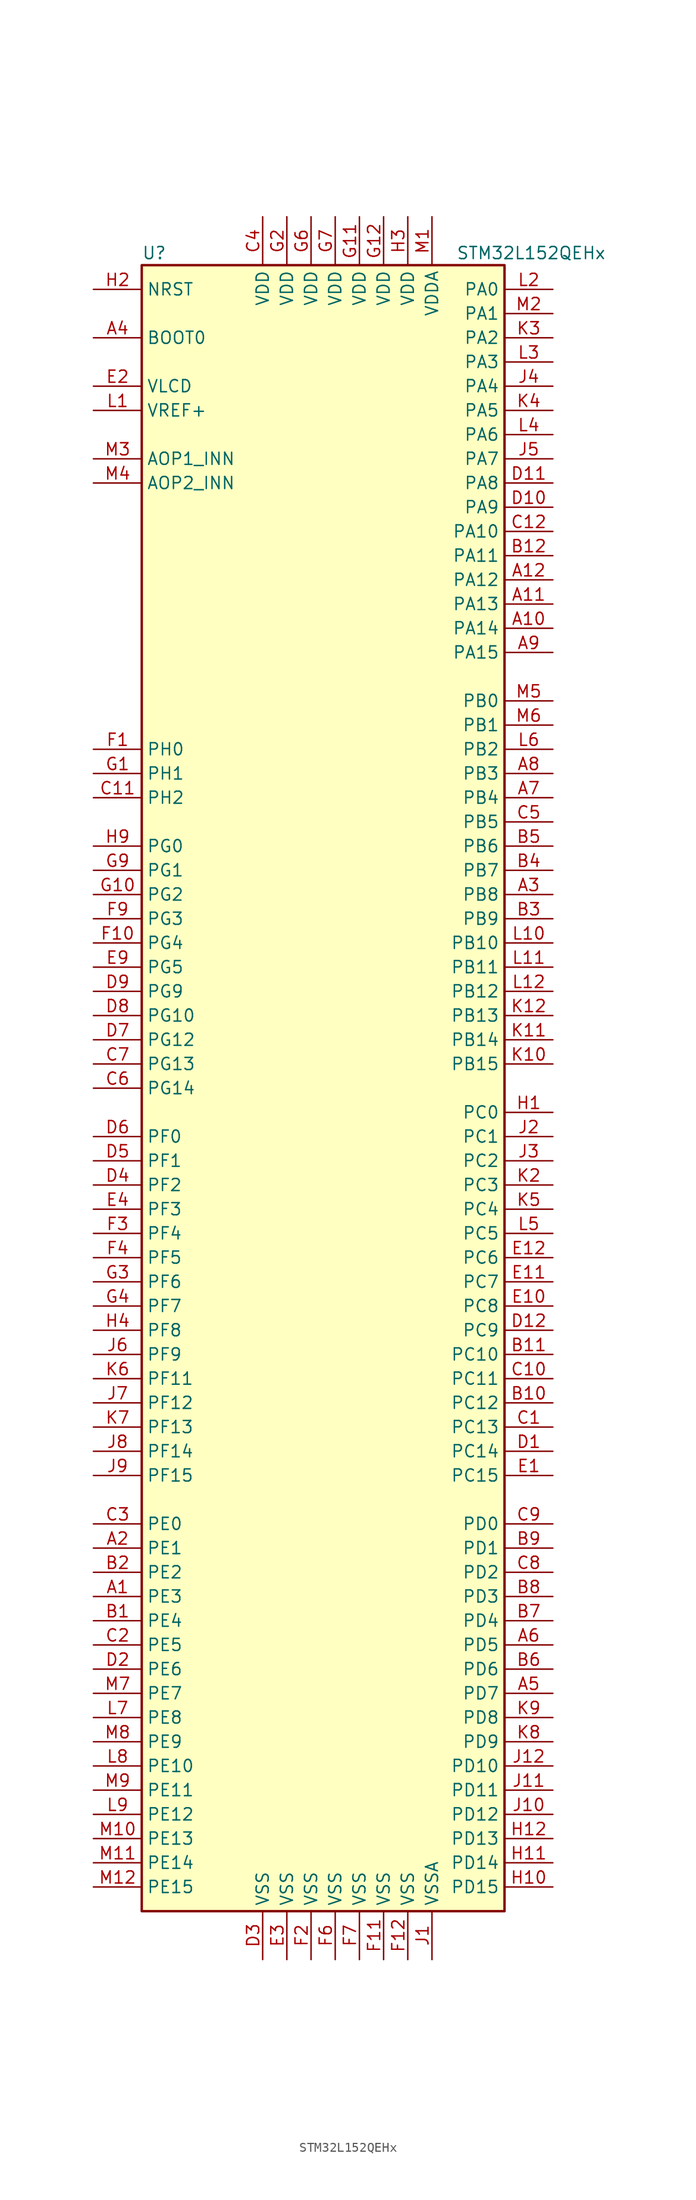
<source format=kicad_sym>
(kicad_symbol_lib
  (version 20200908)
  (generator kicad_symbol_editor)
  (symbol "MCU_ST_STM32L1:STM32L152QEHx"
    (property "Reference" "U"
      (at -20.32 87.63 0)
      (effects (font (size 1.27 1.27)) (justify left)))
    (property "Value" "STM32L152QEHx"
      (at 12.7 87.63 0)
      (effects (font (size 1.27 1.27)) (justify left)))
    (symbol "STM32L152QEHx_0_1"
      (rectangle (start -20.32 -86.36) (end 17.78 86.36) (stroke (width 0.254)) (fill (type background))))
    (symbol "STM32L152QEHx_1_1"
      (pin bidirectional line (at -25.4 66.04 0) (length 5.08) (name "AOP1_INN" (effects (font (size 1.27 1.27)))) (number "M3" (effects (font (size 1.27 1.27)))))
      (pin bidirectional line (at -25.4 63.5 0) (length 5.08) (name "AOP2_INN" (effects (font (size 1.27 1.27)))) (number "M4" (effects (font (size 1.27 1.27)))))
      (pin input line (at -25.4 78.74 0) (length 5.08) (name "BOOT0" (effects (font (size 1.27 1.27)))) (number "A4" (effects (font (size 1.27 1.27)))))
      (pin unconnected line (at -20.32 -83.82 0) (length 5.08) hide (name "NC" (effects (font (size 1.27 1.27)))) (number "K1" (effects (font (size 1.27 1.27)))))
      (pin input line (at -25.4 83.82 0) (length 5.08) (name "NRST" (effects (font (size 1.27 1.27)))) (number "H2" (effects (font (size 1.27 1.27)))))
      (pin bidirectional line (at 22.86 83.82 180) (length 5.08) (name "PA0" (effects (font (size 1.27 1.27)))) (number "L2" (effects (font (size 1.27 1.27)))))
      (pin bidirectional line (at 22.86 81.28 180) (length 5.08) (name "PA1" (effects (font (size 1.27 1.27)))) (number "M2" (effects (font (size 1.27 1.27)))))
      (pin bidirectional line (at 22.86 58.42 180) (length 5.08) (name "PA10" (effects (font (size 1.27 1.27)))) (number "C12" (effects (font (size 1.27 1.27)))))
      (pin bidirectional line (at 22.86 55.88 180) (length 5.08) (name "PA11" (effects (font (size 1.27 1.27)))) (number "B12" (effects (font (size 1.27 1.27)))))
      (pin bidirectional line (at 22.86 53.34 180) (length 5.08) (name "PA12" (effects (font (size 1.27 1.27)))) (number "A12" (effects (font (size 1.27 1.27)))))
      (pin bidirectional line (at 22.86 50.8 180) (length 5.08) (name "PA13" (effects (font (size 1.27 1.27)))) (number "A11" (effects (font (size 1.27 1.27)))))
      (pin bidirectional line (at 22.86 48.26 180) (length 5.08) (name "PA14" (effects (font (size 1.27 1.27)))) (number "A10" (effects (font (size 1.27 1.27)))))
      (pin bidirectional line (at 22.86 45.72 180) (length 5.08) (name "PA15" (effects (font (size 1.27 1.27)))) (number "A9" (effects (font (size 1.27 1.27)))))
      (pin bidirectional line (at 22.86 78.74 180) (length 5.08) (name "PA2" (effects (font (size 1.27 1.27)))) (number "K3" (effects (font (size 1.27 1.27)))))
      (pin bidirectional line (at 22.86 76.2 180) (length 5.08) (name "PA3" (effects (font (size 1.27 1.27)))) (number "L3" (effects (font (size 1.27 1.27)))))
      (pin bidirectional line (at 22.86 73.66 180) (length 5.08) (name "PA4" (effects (font (size 1.27 1.27)))) (number "J4" (effects (font (size 1.27 1.27)))))
      (pin bidirectional line (at 22.86 71.12 180) (length 5.08) (name "PA5" (effects (font (size 1.27 1.27)))) (number "K4" (effects (font (size 1.27 1.27)))))
      (pin bidirectional line (at 22.86 68.58 180) (length 5.08) (name "PA6" (effects (font (size 1.27 1.27)))) (number "L4" (effects (font (size 1.27 1.27)))))
      (pin bidirectional line (at 22.86 66.04 180) (length 5.08) (name "PA7" (effects (font (size 1.27 1.27)))) (number "J5" (effects (font (size 1.27 1.27)))))
      (pin bidirectional line (at 22.86 63.5 180) (length 5.08) (name "PA8" (effects (font (size 1.27 1.27)))) (number "D11" (effects (font (size 1.27 1.27)))))
      (pin bidirectional line (at 22.86 60.96 180) (length 5.08) (name "PA9" (effects (font (size 1.27 1.27)))) (number "D10" (effects (font (size 1.27 1.27)))))
      (pin bidirectional line (at 22.86 40.64 180) (length 5.08) (name "PB0" (effects (font (size 1.27 1.27)))) (number "M5" (effects (font (size 1.27 1.27)))))
      (pin bidirectional line (at 22.86 38.1 180) (length 5.08) (name "PB1" (effects (font (size 1.27 1.27)))) (number "M6" (effects (font (size 1.27 1.27)))))
      (pin bidirectional line (at 22.86 15.24 180) (length 5.08) (name "PB10" (effects (font (size 1.27 1.27)))) (number "L10" (effects (font (size 1.27 1.27)))))
      (pin bidirectional line (at 22.86 12.7 180) (length 5.08) (name "PB11" (effects (font (size 1.27 1.27)))) (number "L11" (effects (font (size 1.27 1.27)))))
      (pin bidirectional line (at 22.86 10.16 180) (length 5.08) (name "PB12" (effects (font (size 1.27 1.27)))) (number "L12" (effects (font (size 1.27 1.27)))))
      (pin bidirectional line (at 22.86 7.62 180) (length 5.08) (name "PB13" (effects (font (size 1.27 1.27)))) (number "K12" (effects (font (size 1.27 1.27)))))
      (pin bidirectional line (at 22.86 5.08 180) (length 5.08) (name "PB14" (effects (font (size 1.27 1.27)))) (number "K11" (effects (font (size 1.27 1.27)))))
      (pin bidirectional line (at 22.86 2.54 180) (length 5.08) (name "PB15" (effects (font (size 1.27 1.27)))) (number "K10" (effects (font (size 1.27 1.27)))))
      (pin bidirectional line (at 22.86 35.56 180) (length 5.08) (name "PB2" (effects (font (size 1.27 1.27)))) (number "L6" (effects (font (size 1.27 1.27)))))
      (pin bidirectional line (at 22.86 33.02 180) (length 5.08) (name "PB3" (effects (font (size 1.27 1.27)))) (number "A8" (effects (font (size 1.27 1.27)))))
      (pin bidirectional line (at 22.86 30.48 180) (length 5.08) (name "PB4" (effects (font (size 1.27 1.27)))) (number "A7" (effects (font (size 1.27 1.27)))))
      (pin bidirectional line (at 22.86 27.94 180) (length 5.08) (name "PB5" (effects (font (size 1.27 1.27)))) (number "C5" (effects (font (size 1.27 1.27)))))
      (pin bidirectional line (at 22.86 25.4 180) (length 5.08) (name "PB6" (effects (font (size 1.27 1.27)))) (number "B5" (effects (font (size 1.27 1.27)))))
      (pin bidirectional line (at 22.86 22.86 180) (length 5.08) (name "PB7" (effects (font (size 1.27 1.27)))) (number "B4" (effects (font (size 1.27 1.27)))))
      (pin bidirectional line (at 22.86 20.32 180) (length 5.08) (name "PB8" (effects (font (size 1.27 1.27)))) (number "A3" (effects (font (size 1.27 1.27)))))
      (pin bidirectional line (at 22.86 17.78 180) (length 5.08) (name "PB9" (effects (font (size 1.27 1.27)))) (number "B3" (effects (font (size 1.27 1.27)))))
      (pin bidirectional line (at 22.86 -2.54 180) (length 5.08) (name "PC0" (effects (font (size 1.27 1.27)))) (number "H1" (effects (font (size 1.27 1.27)))))
      (pin bidirectional line (at 22.86 -5.08 180) (length 5.08) (name "PC1" (effects (font (size 1.27 1.27)))) (number "J2" (effects (font (size 1.27 1.27)))))
      (pin bidirectional line (at 22.86 -27.94 180) (length 5.08) (name "PC10" (effects (font (size 1.27 1.27)))) (number "B11" (effects (font (size 1.27 1.27)))))
      (pin bidirectional line (at 22.86 -30.48 180) (length 5.08) (name "PC11" (effects (font (size 1.27 1.27)))) (number "C10" (effects (font (size 1.27 1.27)))))
      (pin bidirectional line (at 22.86 -33.02 180) (length 5.08) (name "PC12" (effects (font (size 1.27 1.27)))) (number "B10" (effects (font (size 1.27 1.27)))))
      (pin bidirectional line (at 22.86 -35.56 180) (length 5.08) (name "PC13" (effects (font (size 1.27 1.27)))) (number "C1" (effects (font (size 1.27 1.27)))))
      (pin bidirectional line (at 22.86 -38.1 180) (length 5.08) (name "PC14" (effects (font (size 1.27 1.27)))) (number "D1" (effects (font (size 1.27 1.27)))))
      (pin bidirectional line (at 22.86 -40.64 180) (length 5.08) (name "PC15" (effects (font (size 1.27 1.27)))) (number "E1" (effects (font (size 1.27 1.27)))))
      (pin bidirectional line (at 22.86 -7.62 180) (length 5.08) (name "PC2" (effects (font (size 1.27 1.27)))) (number "J3" (effects (font (size 1.27 1.27)))))
      (pin bidirectional line (at 22.86 -10.16 180) (length 5.08) (name "PC3" (effects (font (size 1.27 1.27)))) (number "K2" (effects (font (size 1.27 1.27)))))
      (pin bidirectional line (at 22.86 -12.7 180) (length 5.08) (name "PC4" (effects (font (size 1.27 1.27)))) (number "K5" (effects (font (size 1.27 1.27)))))
      (pin bidirectional line (at 22.86 -15.24 180) (length 5.08) (name "PC5" (effects (font (size 1.27 1.27)))) (number "L5" (effects (font (size 1.27 1.27)))))
      (pin bidirectional line (at 22.86 -17.78 180) (length 5.08) (name "PC6" (effects (font (size 1.27 1.27)))) (number "E12" (effects (font (size 1.27 1.27)))))
      (pin bidirectional line (at 22.86 -20.32 180) (length 5.08) (name "PC7" (effects (font (size 1.27 1.27)))) (number "E11" (effects (font (size 1.27 1.27)))))
      (pin bidirectional line (at 22.86 -22.86 180) (length 5.08) (name "PC8" (effects (font (size 1.27 1.27)))) (number "E10" (effects (font (size 1.27 1.27)))))
      (pin bidirectional line (at 22.86 -25.4 180) (length 5.08) (name "PC9" (effects (font (size 1.27 1.27)))) (number "D12" (effects (font (size 1.27 1.27)))))
      (pin bidirectional line (at 22.86 -45.72 180) (length 5.08) (name "PD0" (effects (font (size 1.27 1.27)))) (number "C9" (effects (font (size 1.27 1.27)))))
      (pin bidirectional line (at 22.86 -48.26 180) (length 5.08) (name "PD1" (effects (font (size 1.27 1.27)))) (number "B9" (effects (font (size 1.27 1.27)))))
      (pin bidirectional line (at 22.86 -71.12 180) (length 5.08) (name "PD10" (effects (font (size 1.27 1.27)))) (number "J12" (effects (font (size 1.27 1.27)))))
      (pin bidirectional line (at 22.86 -73.66 180) (length 5.08) (name "PD11" (effects (font (size 1.27 1.27)))) (number "J11" (effects (font (size 1.27 1.27)))))
      (pin bidirectional line (at 22.86 -76.2 180) (length 5.08) (name "PD12" (effects (font (size 1.27 1.27)))) (number "J10" (effects (font (size 1.27 1.27)))))
      (pin bidirectional line (at 22.86 -78.74 180) (length 5.08) (name "PD13" (effects (font (size 1.27 1.27)))) (number "H12" (effects (font (size 1.27 1.27)))))
      (pin bidirectional line (at 22.86 -81.28 180) (length 5.08) (name "PD14" (effects (font (size 1.27 1.27)))) (number "H11" (effects (font (size 1.27 1.27)))))
      (pin bidirectional line (at 22.86 -83.82 180) (length 5.08) (name "PD15" (effects (font (size 1.27 1.27)))) (number "H10" (effects (font (size 1.27 1.27)))))
      (pin bidirectional line (at 22.86 -50.8 180) (length 5.08) (name "PD2" (effects (font (size 1.27 1.27)))) (number "C8" (effects (font (size 1.27 1.27)))))
      (pin bidirectional line (at 22.86 -53.34 180) (length 5.08) (name "PD3" (effects (font (size 1.27 1.27)))) (number "B8" (effects (font (size 1.27 1.27)))))
      (pin bidirectional line (at 22.86 -55.88 180) (length 5.08) (name "PD4" (effects (font (size 1.27 1.27)))) (number "B7" (effects (font (size 1.27 1.27)))))
      (pin bidirectional line (at 22.86 -58.42 180) (length 5.08) (name "PD5" (effects (font (size 1.27 1.27)))) (number "A6" (effects (font (size 1.27 1.27)))))
      (pin bidirectional line (at 22.86 -60.96 180) (length 5.08) (name "PD6" (effects (font (size 1.27 1.27)))) (number "B6" (effects (font (size 1.27 1.27)))))
      (pin bidirectional line (at 22.86 -63.5 180) (length 5.08) (name "PD7" (effects (font (size 1.27 1.27)))) (number "A5" (effects (font (size 1.27 1.27)))))
      (pin bidirectional line (at 22.86 -66.04 180) (length 5.08) (name "PD8" (effects (font (size 1.27 1.27)))) (number "K9" (effects (font (size 1.27 1.27)))))
      (pin bidirectional line (at 22.86 -68.58 180) (length 5.08) (name "PD9" (effects (font (size 1.27 1.27)))) (number "K8" (effects (font (size 1.27 1.27)))))
      (pin bidirectional line (at -25.4 -45.72 0) (length 5.08) (name "PE0" (effects (font (size 1.27 1.27)))) (number "C3" (effects (font (size 1.27 1.27)))))
      (pin bidirectional line (at -25.4 -48.26 0) (length 5.08) (name "PE1" (effects (font (size 1.27 1.27)))) (number "A2" (effects (font (size 1.27 1.27)))))
      (pin bidirectional line (at -25.4 -71.12 0) (length 5.08) (name "PE10" (effects (font (size 1.27 1.27)))) (number "L8" (effects (font (size 1.27 1.27)))))
      (pin bidirectional line (at -25.4 -73.66 0) (length 5.08) (name "PE11" (effects (font (size 1.27 1.27)))) (number "M9" (effects (font (size 1.27 1.27)))))
      (pin bidirectional line (at -25.4 -76.2 0) (length 5.08) (name "PE12" (effects (font (size 1.27 1.27)))) (number "L9" (effects (font (size 1.27 1.27)))))
      (pin bidirectional line (at -25.4 -78.74 0) (length 5.08) (name "PE13" (effects (font (size 1.27 1.27)))) (number "M10" (effects (font (size 1.27 1.27)))))
      (pin bidirectional line (at -25.4 -81.28 0) (length 5.08) (name "PE14" (effects (font (size 1.27 1.27)))) (number "M11" (effects (font (size 1.27 1.27)))))
      (pin bidirectional line (at -25.4 -83.82 0) (length 5.08) (name "PE15" (effects (font (size 1.27 1.27)))) (number "M12" (effects (font (size 1.27 1.27)))))
      (pin bidirectional line (at -25.4 -50.8 0) (length 5.08) (name "PE2" (effects (font (size 1.27 1.27)))) (number "B2" (effects (font (size 1.27 1.27)))))
      (pin bidirectional line (at -25.4 -53.34 0) (length 5.08) (name "PE3" (effects (font (size 1.27 1.27)))) (number "A1" (effects (font (size 1.27 1.27)))))
      (pin bidirectional line (at -25.4 -55.88 0) (length 5.08) (name "PE4" (effects (font (size 1.27 1.27)))) (number "B1" (effects (font (size 1.27 1.27)))))
      (pin bidirectional line (at -25.4 -58.42 0) (length 5.08) (name "PE5" (effects (font (size 1.27 1.27)))) (number "C2" (effects (font (size 1.27 1.27)))))
      (pin bidirectional line (at -25.4 -60.96 0) (length 5.08) (name "PE6" (effects (font (size 1.27 1.27)))) (number "D2" (effects (font (size 1.27 1.27)))))
      (pin bidirectional line (at -25.4 -63.5 0) (length 5.08) (name "PE7" (effects (font (size 1.27 1.27)))) (number "M7" (effects (font (size 1.27 1.27)))))
      (pin bidirectional line (at -25.4 -66.04 0) (length 5.08) (name "PE8" (effects (font (size 1.27 1.27)))) (number "L7" (effects (font (size 1.27 1.27)))))
      (pin bidirectional line (at -25.4 -68.58 0) (length 5.08) (name "PE9" (effects (font (size 1.27 1.27)))) (number "M8" (effects (font (size 1.27 1.27)))))
      (pin bidirectional line (at -25.4 -5.08 0) (length 5.08) (name "PF0" (effects (font (size 1.27 1.27)))) (number "D6" (effects (font (size 1.27 1.27)))))
      (pin bidirectional line (at -25.4 -7.62 0) (length 5.08) (name "PF1" (effects (font (size 1.27 1.27)))) (number "D5" (effects (font (size 1.27 1.27)))))
      (pin bidirectional line (at -25.4 -30.48 0) (length 5.08) (name "PF11" (effects (font (size 1.27 1.27)))) (number "K6" (effects (font (size 1.27 1.27)))))
      (pin bidirectional line (at -25.4 -33.02 0) (length 5.08) (name "PF12" (effects (font (size 1.27 1.27)))) (number "J7" (effects (font (size 1.27 1.27)))))
      (pin bidirectional line (at -25.4 -35.56 0) (length 5.08) (name "PF13" (effects (font (size 1.27 1.27)))) (number "K7" (effects (font (size 1.27 1.27)))))
      (pin bidirectional line (at -25.4 -38.1 0) (length 5.08) (name "PF14" (effects (font (size 1.27 1.27)))) (number "J8" (effects (font (size 1.27 1.27)))))
      (pin bidirectional line (at -25.4 -40.64 0) (length 5.08) (name "PF15" (effects (font (size 1.27 1.27)))) (number "J9" (effects (font (size 1.27 1.27)))))
      (pin bidirectional line (at -25.4 -10.16 0) (length 5.08) (name "PF2" (effects (font (size 1.27 1.27)))) (number "D4" (effects (font (size 1.27 1.27)))))
      (pin bidirectional line (at -25.4 -12.7 0) (length 5.08) (name "PF3" (effects (font (size 1.27 1.27)))) (number "E4" (effects (font (size 1.27 1.27)))))
      (pin bidirectional line (at -25.4 -15.24 0) (length 5.08) (name "PF4" (effects (font (size 1.27 1.27)))) (number "F3" (effects (font (size 1.27 1.27)))))
      (pin bidirectional line (at -25.4 -17.78 0) (length 5.08) (name "PF5" (effects (font (size 1.27 1.27)))) (number "F4" (effects (font (size 1.27 1.27)))))
      (pin bidirectional line (at -25.4 -20.32 0) (length 5.08) (name "PF6" (effects (font (size 1.27 1.27)))) (number "G3" (effects (font (size 1.27 1.27)))))
      (pin bidirectional line (at -25.4 -22.86 0) (length 5.08) (name "PF7" (effects (font (size 1.27 1.27)))) (number "G4" (effects (font (size 1.27 1.27)))))
      (pin bidirectional line (at -25.4 -25.4 0) (length 5.08) (name "PF8" (effects (font (size 1.27 1.27)))) (number "H4" (effects (font (size 1.27 1.27)))))
      (pin bidirectional line (at -25.4 -27.94 0) (length 5.08) (name "PF9" (effects (font (size 1.27 1.27)))) (number "J6" (effects (font (size 1.27 1.27)))))
      (pin bidirectional line (at -25.4 25.4 0) (length 5.08) (name "PG0" (effects (font (size 1.27 1.27)))) (number "H9" (effects (font (size 1.27 1.27)))))
      (pin bidirectional line (at -25.4 22.86 0) (length 5.08) (name "PG1" (effects (font (size 1.27 1.27)))) (number "G9" (effects (font (size 1.27 1.27)))))
      (pin bidirectional line (at -25.4 7.62 0) (length 5.08) (name "PG10" (effects (font (size 1.27 1.27)))) (number "D8" (effects (font (size 1.27 1.27)))))
      (pin bidirectional line (at -25.4 5.08 0) (length 5.08) (name "PG12" (effects (font (size 1.27 1.27)))) (number "D7" (effects (font (size 1.27 1.27)))))
      (pin bidirectional line (at -25.4 2.54 0) (length 5.08) (name "PG13" (effects (font (size 1.27 1.27)))) (number "C7" (effects (font (size 1.27 1.27)))))
      (pin bidirectional line (at -25.4 0 0) (length 5.08) (name "PG14" (effects (font (size 1.27 1.27)))) (number "C6" (effects (font (size 1.27 1.27)))))
      (pin bidirectional line (at -25.4 20.32 0) (length 5.08) (name "PG2" (effects (font (size 1.27 1.27)))) (number "G10" (effects (font (size 1.27 1.27)))))
      (pin bidirectional line (at -25.4 17.78 0) (length 5.08) (name "PG3" (effects (font (size 1.27 1.27)))) (number "F9" (effects (font (size 1.27 1.27)))))
      (pin bidirectional line (at -25.4 15.24 0) (length 5.08) (name "PG4" (effects (font (size 1.27 1.27)))) (number "F10" (effects (font (size 1.27 1.27)))))
      (pin bidirectional line (at -25.4 12.7 0) (length 5.08) (name "PG5" (effects (font (size 1.27 1.27)))) (number "E9" (effects (font (size 1.27 1.27)))))
      (pin bidirectional line (at -25.4 10.16 0) (length 5.08) (name "PG9" (effects (font (size 1.27 1.27)))) (number "D9" (effects (font (size 1.27 1.27)))))
      (pin input line (at -25.4 35.56 0) (length 5.08) (name "PH0" (effects (font (size 1.27 1.27)))) (number "F1" (effects (font (size 1.27 1.27)))))
      (pin input line (at -25.4 33.02 0) (length 5.08) (name "PH1" (effects (font (size 1.27 1.27)))) (number "G1" (effects (font (size 1.27 1.27)))))
      (pin bidirectional line (at -25.4 30.48 0) (length 5.08) (name "PH2" (effects (font (size 1.27 1.27)))) (number "C11" (effects (font (size 1.27 1.27)))))
      (pin power_in line (at -7.62 91.44 270) (length 5.08) (name "VDD" (effects (font (size 1.27 1.27)))) (number "C4" (effects (font (size 1.27 1.27)))))
      (pin power_in line (at 2.54 91.44 270) (length 5.08) (name "VDD" (effects (font (size 1.27 1.27)))) (number "G11" (effects (font (size 1.27 1.27)))))
      (pin power_in line (at 5.08 91.44 270) (length 5.08) (name "VDD" (effects (font (size 1.27 1.27)))) (number "G12" (effects (font (size 1.27 1.27)))))
      (pin power_in line (at -5.08 91.44 270) (length 5.08) (name "VDD" (effects (font (size 1.27 1.27)))) (number "G2" (effects (font (size 1.27 1.27)))))
      (pin power_in line (at -2.54 91.44 270) (length 5.08) (name "VDD" (effects (font (size 1.27 1.27)))) (number "G6" (effects (font (size 1.27 1.27)))))
      (pin power_in line (at 0 91.44 270) (length 5.08) (name "VDD" (effects (font (size 1.27 1.27)))) (number "G7" (effects (font (size 1.27 1.27)))))
      (pin power_in line (at 7.62 91.44 270) (length 5.08) (name "VDD" (effects (font (size 1.27 1.27)))) (number "H3" (effects (font (size 1.27 1.27)))))
      (pin power_in line (at 10.16 91.44 270) (length 5.08) (name "VDDA" (effects (font (size 1.27 1.27)))) (number "M1" (effects (font (size 1.27 1.27)))))
      (pin power_in line (at -25.4 73.66 0) (length 5.08) (name "VLCD" (effects (font (size 1.27 1.27)))) (number "E2" (effects (font (size 1.27 1.27)))))
      (pin power_in line (at -25.4 71.12 0) (length 5.08) (name "VREF+" (effects (font (size 1.27 1.27)))) (number "L1" (effects (font (size 1.27 1.27)))))
      (pin power_in line (at -7.62 -91.44 90) (length 5.08) (name "VSS" (effects (font (size 1.27 1.27)))) (number "D3" (effects (font (size 1.27 1.27)))))
      (pin power_in line (at -5.08 -91.44 90) (length 5.08) (name "VSS" (effects (font (size 1.27 1.27)))) (number "E3" (effects (font (size 1.27 1.27)))))
      (pin power_in line (at 5.08 -91.44 90) (length 5.08) (name "VSS" (effects (font (size 1.27 1.27)))) (number "F11" (effects (font (size 1.27 1.27)))))
      (pin power_in line (at 7.62 -91.44 90) (length 5.08) (name "VSS" (effects (font (size 1.27 1.27)))) (number "F12" (effects (font (size 1.27 1.27)))))
      (pin power_in line (at -2.54 -91.44 90) (length 5.08) (name "VSS" (effects (font (size 1.27 1.27)))) (number "F2" (effects (font (size 1.27 1.27)))))
      (pin power_in line (at 0 -91.44 90) (length 5.08) (name "VSS" (effects (font (size 1.27 1.27)))) (number "F6" (effects (font (size 1.27 1.27)))))
      (pin power_in line (at 2.54 -91.44 90) (length 5.08) (name "VSS" (effects (font (size 1.27 1.27)))) (number "F7" (effects (font (size 1.27 1.27)))))
      (pin power_in line (at 10.16 -91.44 90) (length 5.08) (name "VSSA" (effects (font (size 1.27 1.27)))) (number "J1" (effects (font (size 1.27 1.27))))))))
</source>
